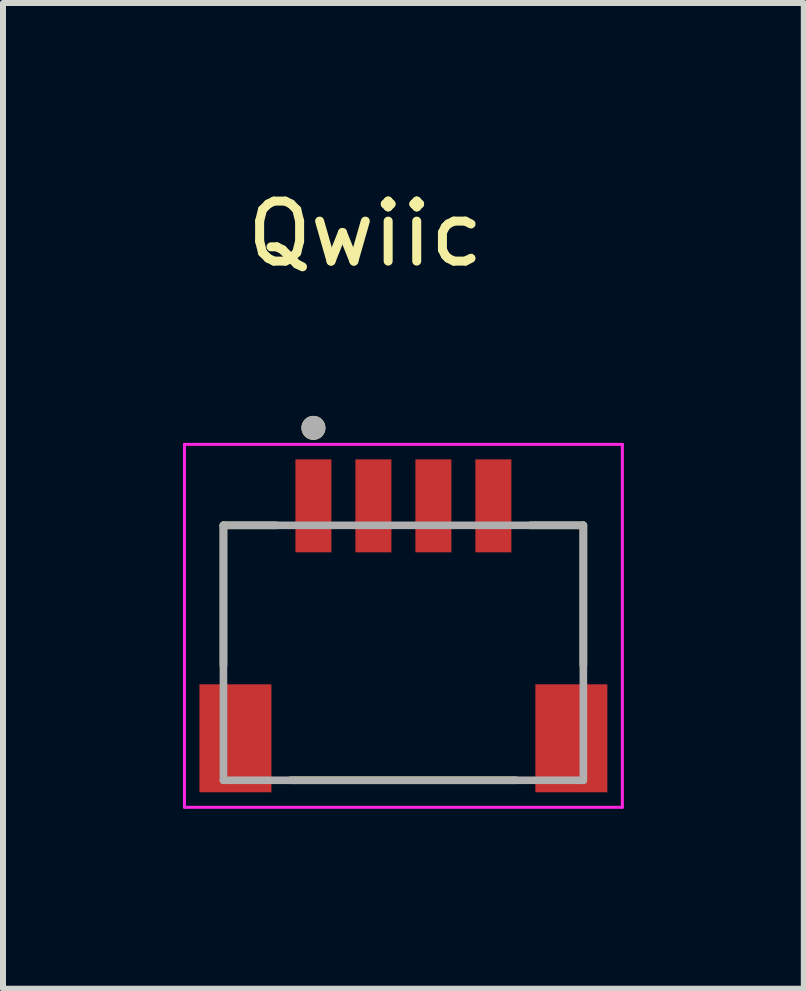
<source format=kicad_pcb>
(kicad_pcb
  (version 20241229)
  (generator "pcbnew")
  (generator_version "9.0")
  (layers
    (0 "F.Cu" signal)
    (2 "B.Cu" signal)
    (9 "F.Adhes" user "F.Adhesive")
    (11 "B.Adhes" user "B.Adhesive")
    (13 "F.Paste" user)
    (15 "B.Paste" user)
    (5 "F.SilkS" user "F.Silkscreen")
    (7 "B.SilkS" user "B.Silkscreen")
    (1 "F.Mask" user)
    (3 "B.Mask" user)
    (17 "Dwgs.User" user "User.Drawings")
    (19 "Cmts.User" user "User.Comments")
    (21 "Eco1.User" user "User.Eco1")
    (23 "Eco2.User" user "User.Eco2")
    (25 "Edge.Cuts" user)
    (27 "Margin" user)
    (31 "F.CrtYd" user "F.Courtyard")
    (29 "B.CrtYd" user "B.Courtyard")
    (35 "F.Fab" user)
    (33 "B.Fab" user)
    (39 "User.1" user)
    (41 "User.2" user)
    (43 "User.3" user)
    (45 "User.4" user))
  (footprint "Qwiic"
    (layer "F.Cu")
    (at 3.675 7.833)
    (property "Reference" "Qwiic" (at -0.635 -6.985 0) (layer "F.SilkS") (effects (font (size 1 1) (thickness 0.15))))
    (attr smd)
    (fp_line (start -3 -2.125) (end -2.12 -2.125) (stroke (width 0.127) (type solid)) (layer "F.SilkS"))
    (fp_line (start -3 0.205) (end -3 -2.125) (stroke (width 0.127) (type solid)) (layer "F.SilkS"))
    (fp_line (start -1.88 2.125) (end 1.88 2.125) (stroke (width 0.127) (type solid)) (layer "F.SilkS"))
    (fp_line (start 2.12 -2.125) (end 3 -2.125) (stroke (width 0.127) (type solid)) (layer "F.SilkS"))
    (fp_line (start 3 -2.125) (end 3 0.205) (stroke (width 0.127) (type solid)) (layer "F.SilkS"))
    (fp_circle (center -1.5 -3.75) (end -1.4 -3.75) (stroke (width 0.2) (type solid)) (fill no) (layer "F.SilkS"))
    (fp_line (start -3.65 -3.475) (end -3.65 2.575) (stroke (width 0.05) (type solid)) (layer "F.CrtYd"))
    (fp_line (start -3.65 2.575) (end 3.65 2.575) (stroke (width 0.05) (type solid)) (layer "F.CrtYd"))
    (fp_line (start 3.65 -3.475) (end -3.65 -3.475) (stroke (width 0.05) (type solid)) (layer "F.CrtYd"))
    (fp_line (start 3.65 2.575) (end 3.65 -3.475) (stroke (width 0.05) (type solid)) (layer "F.CrtYd"))
    (fp_line (start -3 -2.125) (end 3 -2.125) (stroke (width 0.127) (type solid)) (layer "F.Fab"))
    (fp_line (start -3 2.125) (end -3 -2.125) (stroke (width 0.127) (type solid)) (layer "F.Fab"))
    (fp_line (start 3 -2.125) (end 3 2.125) (stroke (width 0.127) (type solid)) (layer "F.Fab"))
    (fp_line (start 3 2.125) (end -3 2.125) (stroke (width 0.127) (type solid)) (layer "F.Fab"))
    (fp_circle (center -1.5 -3.75) (end -1.4 -3.75) (stroke (width 0.2) (type solid)) (fill no) (layer "F.Fab"))
    (pad "1" smd rect (at -1.5 -2.45) (size 0.6 1.55) (layers "F.Cu" "F.Mask" "F.Paste"))
    (pad "2" smd rect (at -0.5 -2.45) (size 0.6 1.55) (layers "F.Cu" "F.Mask" "F.Paste"))
    (pad "3" smd rect (at 0.5 -2.45) (size 0.6 1.55) (layers "F.Cu" "F.Mask" "F.Paste"))
    (pad "4" smd rect (at 1.5 -2.45) (size 0.6 1.55) (layers "F.Cu" "F.Mask" "F.Paste"))
    (pad "S1" smd rect (at -2.8 1.425) (size 1.2 1.8) (layers "F.Cu" "F.Mask" "F.Paste"))
    (pad "S2" smd rect (at 2.8 1.425) (size 1.2 1.8) (layers "F.Cu" "F.Mask" "F.Paste")))
  (gr_rect
    (start -3 -3)
    (end 10.35 13.433)
    (stroke (width 0.1) (type default))
    (fill no)
    (layer "Edge.Cuts")))
</source>
